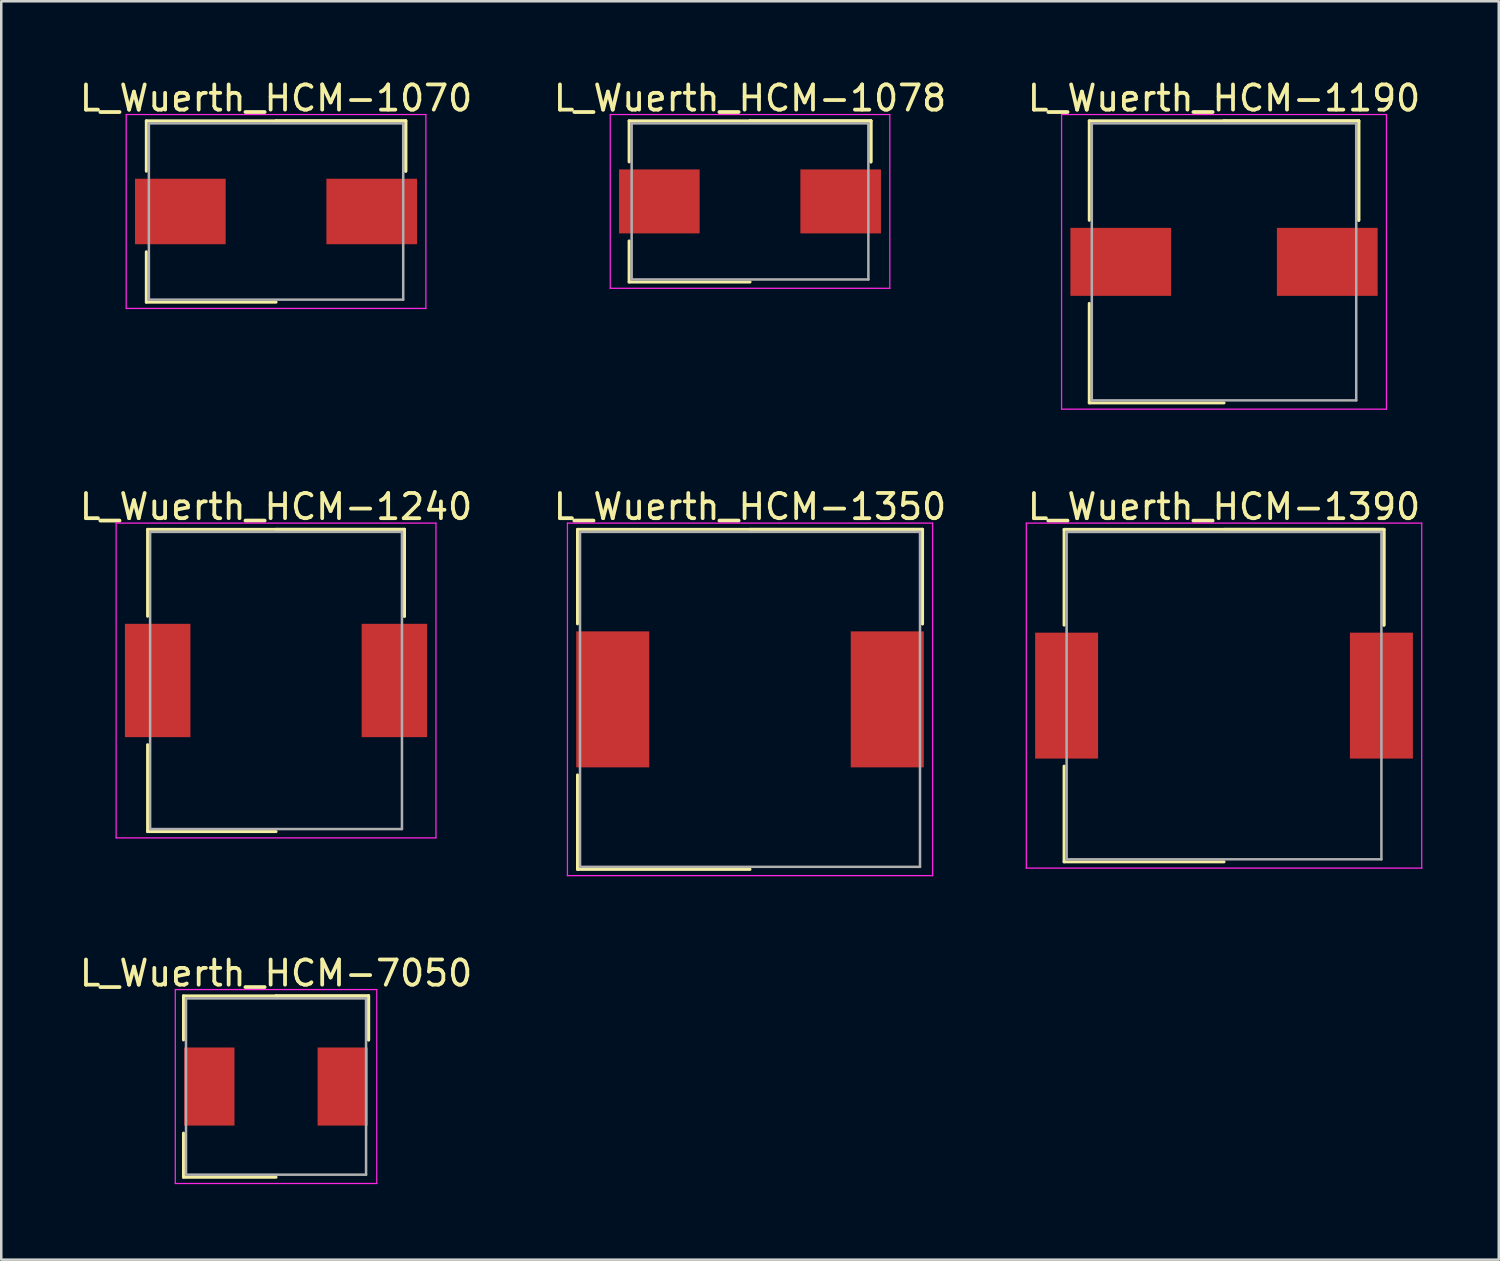
<source format=kicad_pcb>
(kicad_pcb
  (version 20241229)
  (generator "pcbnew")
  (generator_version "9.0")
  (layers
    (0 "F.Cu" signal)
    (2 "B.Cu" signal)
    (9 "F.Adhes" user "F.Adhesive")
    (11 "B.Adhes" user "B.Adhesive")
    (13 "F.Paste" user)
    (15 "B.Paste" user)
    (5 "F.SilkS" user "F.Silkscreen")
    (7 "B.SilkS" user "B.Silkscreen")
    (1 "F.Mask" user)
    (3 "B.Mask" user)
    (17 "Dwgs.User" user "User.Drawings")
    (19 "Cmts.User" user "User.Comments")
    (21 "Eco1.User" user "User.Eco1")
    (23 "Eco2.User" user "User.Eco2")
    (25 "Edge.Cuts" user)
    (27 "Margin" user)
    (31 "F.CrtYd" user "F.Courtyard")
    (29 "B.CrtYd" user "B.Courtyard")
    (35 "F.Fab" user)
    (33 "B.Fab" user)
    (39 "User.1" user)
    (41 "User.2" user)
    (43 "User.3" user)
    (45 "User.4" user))
  (footprint "L_Wuerth_HCM-7050"
    (layer "F.Cu")
    (at 7.911 40.095)
    (property "Reference" "L_Wuerth_HCM-7050" (at 0 -4.5 0) (layer "F.SilkS") (effects (font (size 1 1) (thickness 0.15))))
    (attr smd)
    (fp_line (start -3.675 -3.6) (end 0 -3.6) (stroke (width 0.12) (type solid)) (layer "F.SilkS"))
    (fp_line (start -3.675 -1.85) (end -3.675 -3.6) (stroke (width 0.12) (type solid)) (layer "F.SilkS"))
    (fp_line (start -3.675 1.85) (end -3.675 3.6) (stroke (width 0.12) (type solid)) (layer "F.SilkS"))
    (fp_line (start -3.675 3.6) (end 0 3.6) (stroke (width 0.12) (type solid)) (layer "F.SilkS"))
    (fp_line (start 3.675 -3.6) (end 0 -3.6) (stroke (width 0.12) (type solid)) (layer "F.SilkS"))
    (fp_line (start 3.675 -3.6) (end 0 -3.6) (stroke (width 0.12) (type solid)) (layer "F.SilkS"))
    (fp_line (start 3.675 -1.85) (end 3.675 -3.6) (stroke (width 0.12) (type solid)) (layer "F.SilkS"))
    (fp_line (start 3.675 -1.85) (end 3.675 -3.6) (stroke (width 0.12) (type solid)) (layer "F.SilkS"))
    (fp_line (start -4 -3.85) (end -4 3.85) (stroke (width 0.05) (type solid)) (layer "F.CrtYd"))
    (fp_line (start -4 3.85) (end 4 3.85) (stroke (width 0.05) (type solid)) (layer "F.CrtYd"))
    (fp_line (start 4 -3.85) (end -4 -3.85) (stroke (width 0.05) (type solid)) (layer "F.CrtYd"))
    (fp_line (start 4 3.85) (end 4 -3.85) (stroke (width 0.05) (type solid)) (layer "F.CrtYd"))
    (fp_line (start -3.575 -3.5) (end -3.575 3.5) (stroke (width 0.1) (type solid)) (layer "F.Fab"))
    (fp_line (start -3.575 3.5) (end 3.575 3.5) (stroke (width 0.1) (type solid)) (layer "F.Fab"))
    (fp_line (start 3.575 -3.5) (end -3.575 -3.5) (stroke (width 0.1) (type solid)) (layer "F.Fab"))
    (fp_line (start 3.575 3.5) (end 3.575 -3.5) (stroke (width 0.1) (type solid)) (layer "F.Fab"))
    (pad "1" smd rect (at -2.65 0) (size 2 3.1) (layers "F.Cu" "F.Mask" "F.Paste"))
    (pad "2" smd rect (at 2.65 0) (size 2 3.1) (layers "F.Cu" "F.Mask" "F.Paste")))
  (footprint "L_Wuerth_HCM-1390"
    (layer "F.Cu")
    (at 45.554 24.572)
    (property "Reference" "L_Wuerth_HCM-1390" (at 0 -7.5 0) (layer "F.SilkS") (effects (font (size 1 1) (thickness 0.15))))
    (attr smd)
    (fp_line (start -6.35 -6.6) (end 0 -6.6) (stroke (width 0.12) (type solid)) (layer "F.SilkS"))
    (fp_line (start -6.35 -2.8) (end -6.35 -6.6) (stroke (width 0.12) (type solid)) (layer "F.SilkS"))
    (fp_line (start -6.35 2.8) (end -6.35 6.6) (stroke (width 0.12) (type solid)) (layer "F.SilkS"))
    (fp_line (start -6.35 6.6) (end 0 6.6) (stroke (width 0.12) (type solid)) (layer "F.SilkS"))
    (fp_line (start 6.35 -6.6) (end 0 -6.6) (stroke (width 0.12) (type solid)) (layer "F.SilkS"))
    (fp_line (start 6.35 -6.6) (end 0 -6.6) (stroke (width 0.12) (type solid)) (layer "F.SilkS"))
    (fp_line (start 6.35 -2.8) (end 6.35 -6.6) (stroke (width 0.12) (type solid)) (layer "F.SilkS"))
    (fp_line (start 6.35 -2.8) (end 6.35 -6.6) (stroke (width 0.12) (type solid)) (layer "F.SilkS"))
    (fp_line (start -7.85 -6.85) (end -7.85 6.85) (stroke (width 0.05) (type solid)) (layer "F.CrtYd"))
    (fp_line (start -7.85 6.85) (end 7.85 6.85) (stroke (width 0.05) (type solid)) (layer "F.CrtYd"))
    (fp_line (start 7.85 -6.85) (end -7.85 -6.85) (stroke (width 0.05) (type solid)) (layer "F.CrtYd"))
    (fp_line (start 7.85 6.85) (end 7.85 -6.85) (stroke (width 0.05) (type solid)) (layer "F.CrtYd"))
    (fp_line (start -6.25 -6.5) (end -6.25 6.5) (stroke (width 0.1) (type solid)) (layer "F.Fab"))
    (fp_line (start -6.25 6.5) (end 6.25 6.5) (stroke (width 0.1) (type solid)) (layer "F.Fab"))
    (fp_line (start 6.25 -6.5) (end -6.25 -6.5) (stroke (width 0.1) (type solid)) (layer "F.Fab"))
    (fp_line (start 6.25 6.5) (end 6.25 -6.5) (stroke (width 0.1) (type solid)) (layer "F.Fab"))
    (pad "1" smd rect (at -6.25 0) (size 2.5 5) (layers "F.Cu" "F.Mask" "F.Paste"))
    (pad "2" smd rect (at 6.25 0) (size 2.5 5) (layers "F.Cu" "F.Mask" "F.Paste")))
  (footprint "L_Wuerth_HCM-1070"
    (layer "F.Cu")
    (at 7.911 5.348)
    (property "Reference" "L_Wuerth_HCM-1070" (at 0 -4.5 0) (layer "F.SilkS") (effects (font (size 1 1) (thickness 0.15))))
    (attr smd)
    (fp_line (start -5.15 -3.6) (end 0 -3.6) (stroke (width 0.12) (type solid)) (layer "F.SilkS"))
    (fp_line (start -5.15 -1.6) (end -5.15 -3.6) (stroke (width 0.12) (type solid)) (layer "F.SilkS"))
    (fp_line (start -5.15 1.6) (end -5.15 3.6) (stroke (width 0.12) (type solid)) (layer "F.SilkS"))
    (fp_line (start -5.15 3.6) (end 0 3.6) (stroke (width 0.12) (type solid)) (layer "F.SilkS"))
    (fp_line (start 5.15 -3.6) (end 0 -3.6) (stroke (width 0.12) (type solid)) (layer "F.SilkS"))
    (fp_line (start 5.15 -3.6) (end 0 -3.6) (stroke (width 0.12) (type solid)) (layer "F.SilkS"))
    (fp_line (start 5.15 -1.6) (end 5.15 -3.6) (stroke (width 0.12) (type solid)) (layer "F.SilkS"))
    (fp_line (start 5.15 -1.6) (end 5.15 -3.6) (stroke (width 0.12) (type solid)) (layer "F.SilkS"))
    (fp_line (start -5.95 -3.85) (end -5.95 3.85) (stroke (width 0.05) (type solid)) (layer "F.CrtYd"))
    (fp_line (start -5.95 3.85) (end 5.95 3.85) (stroke (width 0.05) (type solid)) (layer "F.CrtYd"))
    (fp_line (start 5.95 -3.85) (end -5.95 -3.85) (stroke (width 0.05) (type solid)) (layer "F.CrtYd"))
    (fp_line (start 5.95 3.85) (end 5.95 -3.85) (stroke (width 0.05) (type solid)) (layer "F.CrtYd"))
    (fp_line (start -5.05 -3.5) (end -5.05 3.5) (stroke (width 0.1) (type solid)) (layer "F.Fab"))
    (fp_line (start -5.05 3.5) (end 5.05 3.5) (stroke (width 0.1) (type solid)) (layer "F.Fab"))
    (fp_line (start 5.05 -3.5) (end -5.05 -3.5) (stroke (width 0.1) (type solid)) (layer "F.Fab"))
    (fp_line (start 5.05 3.5) (end 5.05 -3.5) (stroke (width 0.1) (type solid)) (layer "F.Fab"))
    (pad "1" smd rect (at -3.8 0) (size 3.6 2.6) (layers "F.Cu" "F.Mask" "F.Paste"))
    (pad "2" smd rect (at 3.8 0) (size 3.6 2.6) (layers "F.Cu" "F.Mask" "F.Paste")))
  (footprint "L_Wuerth_HCM-1240"
    (layer "F.Cu")
    (at 7.911 23.971)
    (property "Reference" "L_Wuerth_HCM-1240" (at 0 -6.9 0) (layer "F.SilkS") (effects (font (size 1 1) (thickness 0.15))))
    (attr smd)
    (fp_line (start -5.1 -6) (end 0 -6) (stroke (width 0.12) (type solid)) (layer "F.SilkS"))
    (fp_line (start -5.1 -2.55) (end -5.1 -6) (stroke (width 0.12) (type solid)) (layer "F.SilkS"))
    (fp_line (start -5.1 2.55) (end -5.1 6) (stroke (width 0.12) (type solid)) (layer "F.SilkS"))
    (fp_line (start -5.1 6) (end 0 6) (stroke (width 0.12) (type solid)) (layer "F.SilkS"))
    (fp_line (start 5.1 -6) (end 0 -6) (stroke (width 0.12) (type solid)) (layer "F.SilkS"))
    (fp_line (start 5.1 -6) (end 0 -6) (stroke (width 0.12) (type solid)) (layer "F.SilkS"))
    (fp_line (start 5.1 -2.55) (end 5.1 -6) (stroke (width 0.12) (type solid)) (layer "F.SilkS"))
    (fp_line (start 5.1 -2.55) (end 5.1 -6) (stroke (width 0.12) (type solid)) (layer "F.SilkS"))
    (fp_line (start -6.35 -6.25) (end -6.35 6.25) (stroke (width 0.05) (type solid)) (layer "F.CrtYd"))
    (fp_line (start -6.35 6.25) (end 6.35 6.25) (stroke (width 0.05) (type solid)) (layer "F.CrtYd"))
    (fp_line (start 6.35 -6.25) (end -6.35 -6.25) (stroke (width 0.05) (type solid)) (layer "F.CrtYd"))
    (fp_line (start 6.35 6.25) (end 6.35 -6.25) (stroke (width 0.05) (type solid)) (layer "F.CrtYd"))
    (fp_line (start -5 -5.9) (end -5 5.9) (stroke (width 0.1) (type solid)) (layer "F.Fab"))
    (fp_line (start -5 5.9) (end 5 5.9) (stroke (width 0.1) (type solid)) (layer "F.Fab"))
    (fp_line (start 5 -5.9) (end -5 -5.9) (stroke (width 0.1) (type solid)) (layer "F.Fab"))
    (fp_line (start 5 5.9) (end 5 -5.9) (stroke (width 0.1) (type solid)) (layer "F.Fab"))
    (pad "1" smd rect (at -4.7 0) (size 2.6 4.5) (layers "F.Cu" "F.Mask" "F.Paste"))
    (pad "2" smd rect (at 4.7 0) (size 2.6 4.5) (layers "F.Cu" "F.Mask" "F.Paste")))
  (footprint "L_Wuerth_HCM-1190"
    (layer "F.Cu")
    (at 45.554 7.348)
    (property "Reference" "L_Wuerth_HCM-1190" (at 0 -6.5 0) (layer "F.SilkS") (effects (font (size 1 1) (thickness 0.15))))
    (attr smd)
    (fp_line (start -5.35 -5.6) (end 0 -5.6) (stroke (width 0.12) (type solid)) (layer "F.SilkS"))
    (fp_line (start -5.35 -1.65) (end -5.35 -5.6) (stroke (width 0.12) (type solid)) (layer "F.SilkS"))
    (fp_line (start -5.35 1.65) (end -5.35 5.6) (stroke (width 0.12) (type solid)) (layer "F.SilkS"))
    (fp_line (start -5.35 5.6) (end 0 5.6) (stroke (width 0.12) (type solid)) (layer "F.SilkS"))
    (fp_line (start 5.35 -5.6) (end 0 -5.6) (stroke (width 0.12) (type solid)) (layer "F.SilkS"))
    (fp_line (start 5.35 -5.6) (end 0 -5.6) (stroke (width 0.12) (type solid)) (layer "F.SilkS"))
    (fp_line (start 5.35 -1.65) (end 5.35 -5.6) (stroke (width 0.12) (type solid)) (layer "F.SilkS"))
    (fp_line (start 5.35 -1.65) (end 5.35 -5.6) (stroke (width 0.12) (type solid)) (layer "F.SilkS"))
    (fp_line (start -6.45 -5.85) (end -6.45 5.85) (stroke (width 0.05) (type solid)) (layer "F.CrtYd"))
    (fp_line (start -6.45 5.85) (end 6.45 5.85) (stroke (width 0.05) (type solid)) (layer "F.CrtYd"))
    (fp_line (start 6.45 -5.85) (end -6.45 -5.85) (stroke (width 0.05) (type solid)) (layer "F.CrtYd"))
    (fp_line (start 6.45 5.85) (end 6.45 -5.85) (stroke (width 0.05) (type solid)) (layer "F.CrtYd"))
    (fp_line (start -5.25 -5.5) (end -5.25 5.5) (stroke (width 0.1) (type solid)) (layer "F.Fab"))
    (fp_line (start -5.25 5.5) (end 5.25 5.5) (stroke (width 0.1) (type solid)) (layer "F.Fab"))
    (fp_line (start 5.25 -5.5) (end -5.25 -5.5) (stroke (width 0.1) (type solid)) (layer "F.Fab"))
    (fp_line (start 5.25 5.5) (end 5.25 -5.5) (stroke (width 0.1) (type solid)) (layer "F.Fab"))
    (pad "1" smd rect (at -4.1 0) (size 4 2.7) (layers "F.Cu" "F.Mask" "F.Paste"))
    (pad "2" smd rect (at 4.1 0) (size 4 2.7) (layers "F.Cu" "F.Mask" "F.Paste")))
  (footprint "L_Wuerth_HCM-1350"
    (layer "F.Cu")
    (at 26.732 24.721)
    (property "Reference" "L_Wuerth_HCM-1350" (at 0 -7.65 0) (layer "F.SilkS") (effects (font (size 1 1) (thickness 0.15))))
    (attr smd)
    (fp_line (start -6.85 -6.75) (end 0 -6.75) (stroke (width 0.12) (type solid)) (layer "F.SilkS"))
    (fp_line (start -6.85 -3) (end -6.85 -6.75) (stroke (width 0.12) (type solid)) (layer "F.SilkS"))
    (fp_line (start -6.85 3) (end -6.85 6.75) (stroke (width 0.12) (type solid)) (layer "F.SilkS"))
    (fp_line (start -6.85 6.75) (end 0 6.75) (stroke (width 0.12) (type solid)) (layer "F.SilkS"))
    (fp_line (start 6.85 -6.75) (end 0 -6.75) (stroke (width 0.12) (type solid)) (layer "F.SilkS"))
    (fp_line (start 6.85 -6.75) (end 0 -6.75) (stroke (width 0.12) (type solid)) (layer "F.SilkS"))
    (fp_line (start 6.85 -3) (end 6.85 -6.75) (stroke (width 0.12) (type solid)) (layer "F.SilkS"))
    (fp_line (start 6.85 -3) (end 6.85 -6.75) (stroke (width 0.12) (type solid)) (layer "F.SilkS"))
    (fp_line (start -7.25 -7) (end -7.25 7) (stroke (width 0.05) (type solid)) (layer "F.CrtYd"))
    (fp_line (start -7.25 7) (end 7.25 7) (stroke (width 0.05) (type solid)) (layer "F.CrtYd"))
    (fp_line (start 7.25 -7) (end -7.25 -7) (stroke (width 0.05) (type solid)) (layer "F.CrtYd"))
    (fp_line (start 7.25 7) (end 7.25 -7) (stroke (width 0.05) (type solid)) (layer "F.CrtYd"))
    (fp_line (start -6.75 -6.65) (end -6.75 6.65) (stroke (width 0.1) (type solid)) (layer "F.Fab"))
    (fp_line (start -6.75 6.65) (end 6.75 6.65) (stroke (width 0.1) (type solid)) (layer "F.Fab"))
    (fp_line (start 6.75 -6.65) (end -6.75 -6.65) (stroke (width 0.1) (type solid)) (layer "F.Fab"))
    (fp_line (start 6.75 6.65) (end 6.75 -6.65) (stroke (width 0.1) (type solid)) (layer "F.Fab"))
    (pad "1" smd rect (at -5.45 0) (size 2.9 5.4) (layers "F.Cu" "F.Mask" "F.Paste"))
    (pad "2" smd rect (at 5.45 0) (size 2.9 5.4) (layers "F.Cu" "F.Mask" "F.Paste")))
  (footprint "L_Wuerth_HCM-1078"
    (layer "F.Cu")
    (at 26.732 4.948)
    (property "Reference" "L_Wuerth_HCM-1078" (at 0 -4.1 0) (layer "F.SilkS") (effects (font (size 1 1) (thickness 0.15))))
    (attr smd)
    (fp_line (start -4.8 -3.2) (end 0 -3.2) (stroke (width 0.12) (type solid)) (layer "F.SilkS"))
    (fp_line (start -4.8 -1.57) (end -4.8 -3.2) (stroke (width 0.12) (type solid)) (layer "F.SilkS"))
    (fp_line (start -4.8 1.57) (end -4.8 3.2) (stroke (width 0.12) (type solid)) (layer "F.SilkS"))
    (fp_line (start -4.8 3.2) (end 0 3.2) (stroke (width 0.12) (type solid)) (layer "F.SilkS"))
    (fp_line (start 4.8 -3.2) (end 0 -3.2) (stroke (width 0.12) (type solid)) (layer "F.SilkS"))
    (fp_line (start 4.8 -3.2) (end 0 -3.2) (stroke (width 0.12) (type solid)) (layer "F.SilkS"))
    (fp_line (start 4.8 -1.57) (end 4.8 -3.2) (stroke (width 0.12) (type solid)) (layer "F.SilkS"))
    (fp_line (start 4.8 -1.57) (end 4.8 -3.2) (stroke (width 0.12) (type solid)) (layer "F.SilkS"))
    (fp_line (start -5.55 -3.45) (end -5.55 3.45) (stroke (width 0.05) (type solid)) (layer "F.CrtYd"))
    (fp_line (start -5.55 3.45) (end 5.55 3.45) (stroke (width 0.05) (type solid)) (layer "F.CrtYd"))
    (fp_line (start 5.55 -3.45) (end -5.55 -3.45) (stroke (width 0.05) (type solid)) (layer "F.CrtYd"))
    (fp_line (start 5.55 3.45) (end 5.55 -3.45) (stroke (width 0.05) (type solid)) (layer "F.CrtYd"))
    (fp_line (start -4.7 -3.1) (end -4.7 3.1) (stroke (width 0.1) (type solid)) (layer "F.Fab"))
    (fp_line (start -4.7 3.1) (end 4.7 3.1) (stroke (width 0.1) (type solid)) (layer "F.Fab"))
    (fp_line (start 4.7 -3.1) (end -4.7 -3.1) (stroke (width 0.1) (type solid)) (layer "F.Fab"))
    (fp_line (start 4.7 3.1) (end 4.7 -3.1) (stroke (width 0.1) (type solid)) (layer "F.Fab"))
    (pad "1" smd rect (at -3.6 0) (size 3.2 2.54) (layers "F.Cu" "F.Mask" "F.Paste"))
    (pad "2" smd rect (at 3.6 0) (size 3.2 2.54) (layers "F.Cu" "F.Mask" "F.Paste")))
  (gr_rect
    (start -3 -3)
    (end 56.464 46.97)
    (stroke (width 0.1) (type default))
    (fill no)
    (layer "Edge.Cuts")))
</source>
